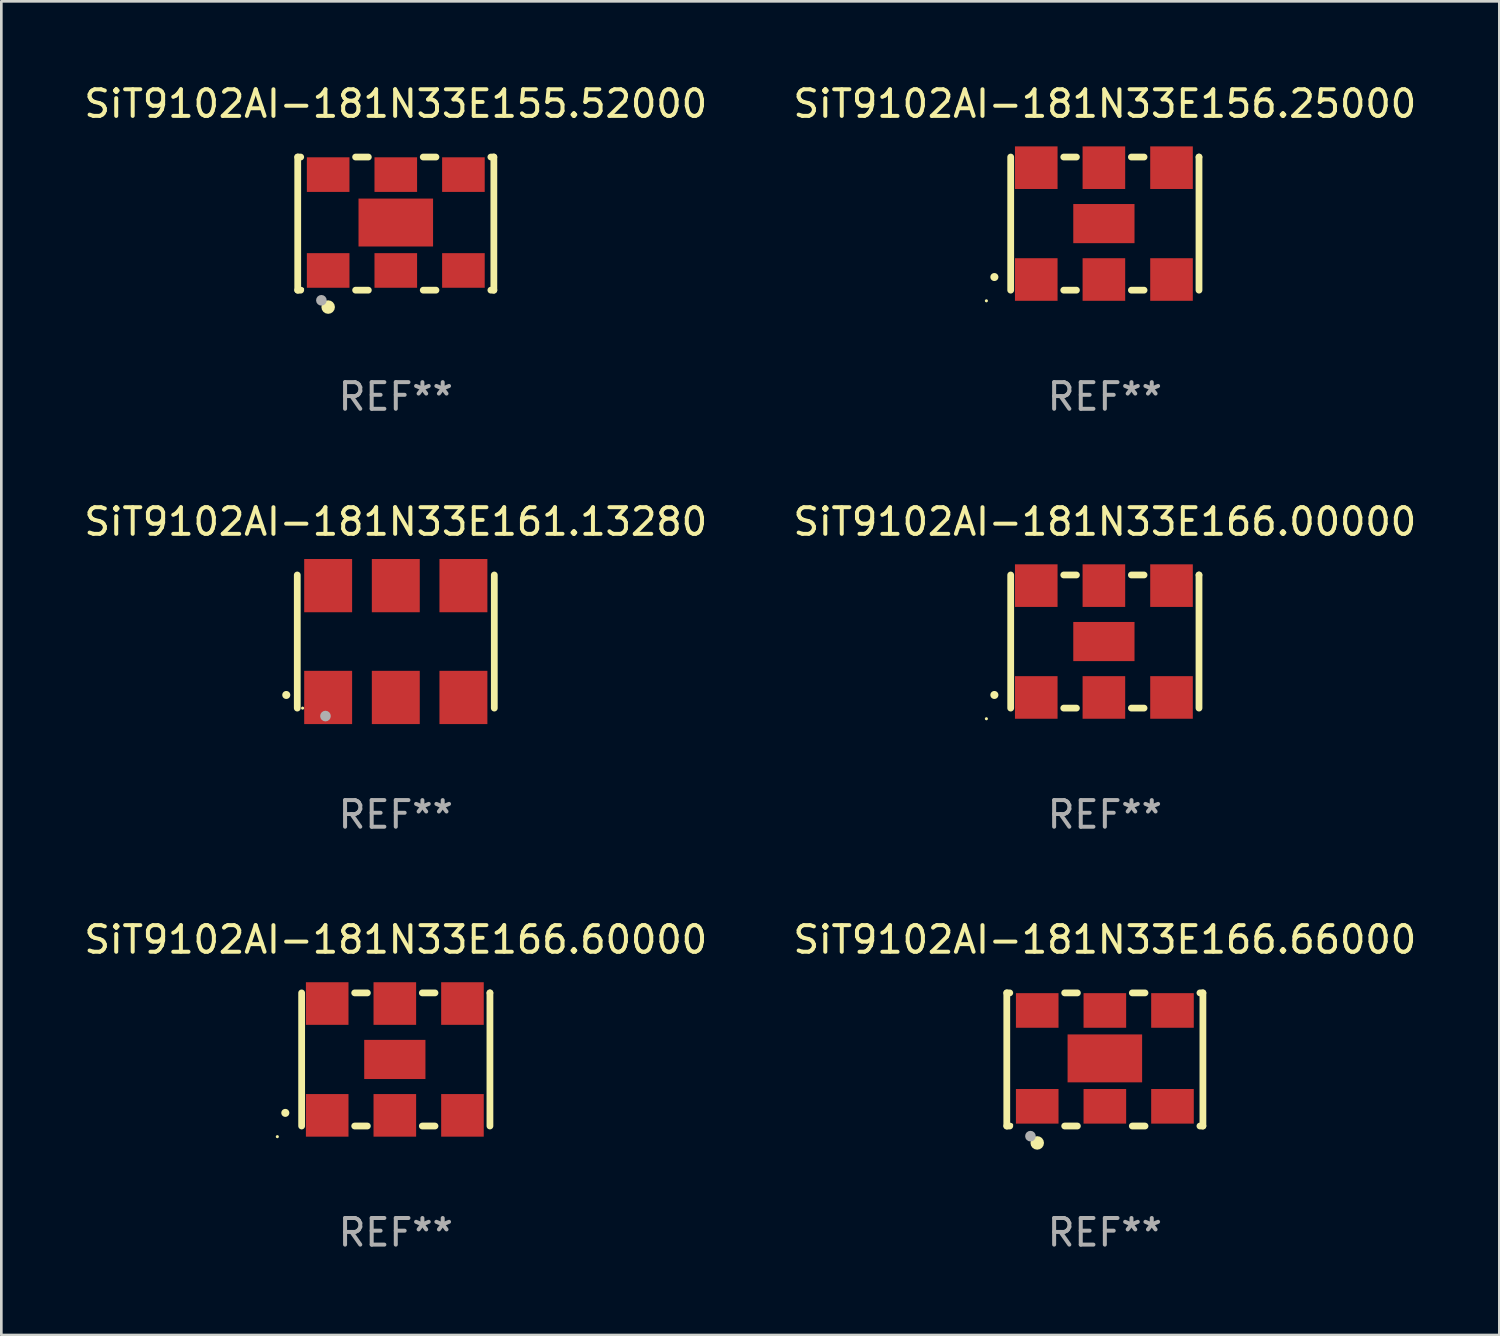
<source format=kicad_pcb>
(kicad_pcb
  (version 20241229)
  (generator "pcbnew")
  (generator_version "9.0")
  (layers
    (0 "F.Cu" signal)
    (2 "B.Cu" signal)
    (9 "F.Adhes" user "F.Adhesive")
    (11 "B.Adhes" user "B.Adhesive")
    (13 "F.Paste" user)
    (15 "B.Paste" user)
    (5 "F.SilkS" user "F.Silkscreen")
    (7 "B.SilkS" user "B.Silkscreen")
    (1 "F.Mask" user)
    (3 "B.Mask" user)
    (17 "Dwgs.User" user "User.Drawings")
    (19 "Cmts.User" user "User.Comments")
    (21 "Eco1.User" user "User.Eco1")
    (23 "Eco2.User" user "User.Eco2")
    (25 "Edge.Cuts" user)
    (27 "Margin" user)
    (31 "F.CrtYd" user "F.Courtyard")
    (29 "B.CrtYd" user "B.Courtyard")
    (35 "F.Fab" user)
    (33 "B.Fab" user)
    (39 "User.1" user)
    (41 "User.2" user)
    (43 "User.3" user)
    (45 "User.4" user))
  (footprint "SiT9102AI-181N33E161.13280"
    (layer "F.Cu")
    (at 11.815 21.045)
    (property "Reference" "SiT9102AI-181N33E161.13280" (at 0 -4.5 0) (layer "F.SilkS") (effects (font (size 1 1) (thickness 0.15))))
    (attr through_hole)
    (fp_line (start -3.7 -2.5) (end -3.7 2.5) (stroke (width 0.254) (type solid)) (layer "F.SilkS"))
    (fp_line (start 3.7 -2.5) (end 3.7 2.5) (stroke (width 0.254) (type solid)) (layer "F.SilkS"))
    (fp_arc (start -4.114415 2.006604) (mid -4.113145 2.006599) (end -4.111875 2.006604) (stroke (width 0.3) (type solid)) (layer "F.SilkS"))
    (fp_circle (center -3.5 2.501) (end -3.47 2.501) (stroke (width 0.06) (type solid)) (fill no) (layer "F.SilkS"))
    (fp_circle (center -2.641 2.799) (end -2.541 2.799) (stroke (width 0.2) (type solid)) (fill no) (layer "F.Fab"))
    (fp_text user "REF**" (at 0 6.5 0) (layer "F.Fab") (effects (font (size 1 1) (thickness 0.15))))
    (pad "1" smd rect (at -2.54 2.1) (size 1.8 2) (layers "F.Cu" "F.Mask" "F.Paste"))
    (pad "2" smd rect (at 0.000394 2.1) (size 1.8 2) (layers "F.Cu" "F.Mask" "F.Paste"))
    (pad "3" smd rect (at 2.54 2.1) (size 1.8 2) (layers "F.Cu" "F.Mask" "F.Paste"))
    (pad "4" smd rect (at 2.54 -2.1) (size 1.8 2) (layers "F.Cu" "F.Mask" "F.Paste"))
    (pad "5" smd rect (at 0.000394 -2.1) (size 1.8 2) (layers "F.Cu" "F.Mask" "F.Paste"))
    (pad "6" smd rect (at -2.54 -2.1) (size 1.8 2) (layers "F.Cu" "F.Mask" "F.Paste")))
  (footprint "SiT9102AI-181N33E166.00000"
    (layer "F.Cu")
    (at 38.446 21.045)
    (property "Reference" "SiT9102AI-181N33E166.00000" (at 0 -4.5 0) (layer "F.SilkS") (effects (font (size 1 1) (thickness 0.15))))
    (attr through_hole)
    (fp_line (start -3.536 -2.5) (end -3.536 2.5) (stroke (width 0.254) (type solid)) (layer "F.SilkS"))
    (fp_line (start -1.544 2.5) (end -1.067 2.5) (stroke (width 0.254) (type solid)) (layer "F.SilkS"))
    (fp_line (start -1.067 -2.5) (end -1.544 -2.5) (stroke (width 0.254) (type solid)) (layer "F.SilkS"))
    (fp_line (start 0.996 2.5) (end 1.473 2.5) (stroke (width 0.254) (type solid)) (layer "F.SilkS"))
    (fp_line (start 1.473 -2.5) (end 0.996 -2.5) (stroke (width 0.254) (type solid)) (layer "F.SilkS"))
    (fp_line (start 3.536 -2.5) (end 3.536 -2.5) (stroke (width 0.254) (type solid)) (layer "F.SilkS"))
    (fp_line (start 3.536 2.5) (end 3.536 -2.5) (stroke (width 0.254) (type solid)) (layer "F.SilkS"))
    (fp_arc (start -4.150432 2.006604) (mid -4.149162 2.006599) (end -4.147892 2.006604) (stroke (width 0.3) (type solid)) (layer "F.SilkS"))
    (fp_circle (center -4.449 2.9) (end -4.419 2.9) (stroke (width 0.06) (type solid)) (fill no) (layer "F.SilkS"))
    (fp_text user "REF**" (at 0 6.5 0) (layer "F.Fab") (effects (font (size 1 1) (thickness 0.15))))
    (pad "1" smd rect (at -2.576 2.1) (size 1.6 1.6) (layers "F.Cu" "F.Mask" "F.Paste"))
    (pad "2" smd rect (at -0.036 2.1) (size 1.6 1.6) (layers "F.Cu" "F.Mask" "F.Paste"))
    (pad "3" smd rect (at 2.504 2.1) (size 1.6 1.6) (layers "F.Cu" "F.Mask" "F.Paste"))
    (pad "4" smd rect (at 2.504 -2.1) (size 1.6 1.6) (layers "F.Cu" "F.Mask" "F.Paste"))
    (pad "5" smd rect (at -0.036 -2.1) (size 1.6 1.6) (layers "F.Cu" "F.Mask" "F.Paste"))
    (pad "6" smd rect (at -2.576 -2.1) (size 1.6 1.6) (layers "F.Cu" "F.Mask" "F.Paste"))
    (pad "7" smd rect (at -0.036 0) (size 2.3 1.47) (layers "F.Cu" "F.Mask" "F.Paste")))
  (footprint "SiT9102AI-181N33E155.52000"
    (layer "F.Cu")
    (at 11.815 5.348)
    (property "Reference" "SiT9102AI-181N33E155.52000" (at 0 -4.5 0) (layer "F.SilkS") (effects (font (size 1 1) (thickness 0.15))))
    (attr through_hole)
    (fp_line (start -3.683 -2.5) (end -3.571 -2.5) (stroke (width 0.254) (type solid)) (layer "F.SilkS"))
    (fp_line (start -3.683 2.5) (end -3.683 -2.5) (stroke (width 0.254) (type solid)) (layer "F.SilkS"))
    (fp_line (start -3.683 2.5) (end -3.571 2.5) (stroke (width 0.254) (type solid)) (layer "F.SilkS"))
    (fp_line (start -1.509 -2.5) (end -1.031 -2.5) (stroke (width 0.254) (type solid)) (layer "F.SilkS"))
    (fp_line (start -1.509 2.5) (end -1.031 2.5) (stroke (width 0.254) (type solid)) (layer "F.SilkS"))
    (fp_line (start 1.031 -2.5) (end 1.509 -2.5) (stroke (width 0.254) (type solid)) (layer "F.SilkS"))
    (fp_line (start 1.031 2.5) (end 1.509 2.5) (stroke (width 0.254) (type solid)) (layer "F.SilkS"))
    (fp_line (start 3.571 -2.5) (end 3.683 -2.5) (stroke (width 0.254) (type solid)) (layer "F.SilkS"))
    (fp_line (start 3.571 2.5) (end 3.683 2.5) (stroke (width 0.254) (type solid)) (layer "F.SilkS"))
    (fp_line (start 3.683 2.5) (end 3.683 -2.5) (stroke (width 0.254) (type solid)) (layer "F.SilkS"))
    (fp_circle (center -3.5 2.46) (end -3.47 2.46) (stroke (width 0.06) (type solid)) (fill no) (layer "F.SilkS"))
    (fp_circle (center -2.54 3.135) (end -2.413 3.135) (stroke (width 0.254) (type solid)) (fill no) (layer "F.SilkS"))
    (fp_circle (center -2.794 2.881) (end -2.694 2.881) (stroke (width 0.2) (type solid)) (fill no) (layer "F.Fab"))
    (fp_text user "REF**" (at 0 6.5 0) (layer "F.Fab") (effects (font (size 1 1) (thickness 0.15))))
    (pad "1" smd rect (at -2.54 1.76) (size 1.6 1.3) (layers "F.Cu" "F.Mask" "F.Paste"))
    (pad "2" smd rect (at 0 1.76) (size 1.6 1.3) (layers "F.Cu" "F.Mask" "F.Paste"))
    (pad "3" smd rect (at 2.54 1.76) (size 1.6 1.3) (layers "F.Cu" "F.Mask" "F.Paste"))
    (pad "4" smd rect (at 2.54 -1.84) (size 1.6 1.3) (layers "F.Cu" "F.Mask" "F.Paste"))
    (pad "5" smd rect (at 0 -1.84) (size 1.6 1.3) (layers "F.Cu" "F.Mask" "F.Paste"))
    (pad "6" smd rect (at -2.54 -1.84) (size 1.6 1.3) (layers "F.Cu" "F.Mask" "F.Paste"))
    (pad "7" smd rect (at 0 -0.04) (size 2.8 1.8) (layers "F.Cu" "F.Mask" "F.Paste")))
  (footprint "SiT9102AI-181N33E166.60000"
    (layer "F.Cu")
    (at 11.815 36.741)
    (property "Reference" "SiT9102AI-181N33E166.60000" (at 0 -4.5 0) (layer "F.SilkS") (effects (font (size 1 1) (thickness 0.15))))
    (attr through_hole)
    (fp_line (start -3.536 -2.5) (end -3.536 2.5) (stroke (width 0.254) (type solid)) (layer "F.SilkS"))
    (fp_line (start -1.544 2.5) (end -1.067 2.5) (stroke (width 0.254) (type solid)) (layer "F.SilkS"))
    (fp_line (start -1.067 -2.5) (end -1.544 -2.5) (stroke (width 0.254) (type solid)) (layer "F.SilkS"))
    (fp_line (start 0.996 2.5) (end 1.473 2.5) (stroke (width 0.254) (type solid)) (layer "F.SilkS"))
    (fp_line (start 1.473 -2.5) (end 0.996 -2.5) (stroke (width 0.254) (type solid)) (layer "F.SilkS"))
    (fp_line (start 3.536 -2.5) (end 3.536 -2.5) (stroke (width 0.254) (type solid)) (layer "F.SilkS"))
    (fp_line (start 3.536 2.5) (end 3.536 -2.5) (stroke (width 0.254) (type solid)) (layer "F.SilkS"))
    (fp_arc (start -4.150432 2.006604) (mid -4.149162 2.006599) (end -4.147892 2.006604) (stroke (width 0.3) (type solid)) (layer "F.SilkS"))
    (fp_circle (center -4.449 2.9) (end -4.419 2.9) (stroke (width 0.06) (type solid)) (fill no) (layer "F.SilkS"))
    (fp_text user "REF**" (at 0 6.5 0) (layer "F.Fab") (effects (font (size 1 1) (thickness 0.15))))
    (pad "1" smd rect (at -2.576 2.1) (size 1.6 1.6) (layers "F.Cu" "F.Mask" "F.Paste"))
    (pad "2" smd rect (at -0.036 2.1) (size 1.6 1.6) (layers "F.Cu" "F.Mask" "F.Paste"))
    (pad "3" smd rect (at 2.504 2.1) (size 1.6 1.6) (layers "F.Cu" "F.Mask" "F.Paste"))
    (pad "4" smd rect (at 2.504 -2.1) (size 1.6 1.6) (layers "F.Cu" "F.Mask" "F.Paste"))
    (pad "5" smd rect (at -0.036 -2.1) (size 1.6 1.6) (layers "F.Cu" "F.Mask" "F.Paste"))
    (pad "6" smd rect (at -2.576 -2.1) (size 1.6 1.6) (layers "F.Cu" "F.Mask" "F.Paste"))
    (pad "7" smd rect (at -0.036 0) (size 2.3 1.47) (layers "F.Cu" "F.Mask" "F.Paste")))
  (footprint "SiT9102AI-181N33E156.25000"
    (layer "F.Cu")
    (at 38.446 5.348)
    (property "Reference" "SiT9102AI-181N33E156.25000" (at 0 -4.5 0) (layer "F.SilkS") (effects (font (size 1 1) (thickness 0.15))))
    (attr through_hole)
    (fp_line (start -3.536 -2.5) (end -3.536 2.5) (stroke (width 0.254) (type solid)) (layer "F.SilkS"))
    (fp_line (start -1.544 2.5) (end -1.067 2.5) (stroke (width 0.254) (type solid)) (layer "F.SilkS"))
    (fp_line (start -1.067 -2.5) (end -1.544 -2.5) (stroke (width 0.254) (type solid)) (layer "F.SilkS"))
    (fp_line (start 0.996 2.5) (end 1.473 2.5) (stroke (width 0.254) (type solid)) (layer "F.SilkS"))
    (fp_line (start 1.473 -2.5) (end 0.996 -2.5) (stroke (width 0.254) (type solid)) (layer "F.SilkS"))
    (fp_line (start 3.536 -2.5) (end 3.536 -2.5) (stroke (width 0.254) (type solid)) (layer "F.SilkS"))
    (fp_line (start 3.536 2.5) (end 3.536 -2.5) (stroke (width 0.254) (type solid)) (layer "F.SilkS"))
    (fp_arc (start -4.150432 2.006604) (mid -4.149162 2.006599) (end -4.147892 2.006604) (stroke (width 0.3) (type solid)) (layer "F.SilkS"))
    (fp_circle (center -4.449 2.9) (end -4.419 2.9) (stroke (width 0.06) (type solid)) (fill no) (layer "F.SilkS"))
    (fp_text user "REF**" (at 0 6.5 0) (layer "F.Fab") (effects (font (size 1 1) (thickness 0.15))))
    (pad "1" smd rect (at -2.576 2.1) (size 1.6 1.6) (layers "F.Cu" "F.Mask" "F.Paste"))
    (pad "2" smd rect (at -0.036 2.1) (size 1.6 1.6) (layers "F.Cu" "F.Mask" "F.Paste"))
    (pad "3" smd rect (at 2.504 2.1) (size 1.6 1.6) (layers "F.Cu" "F.Mask" "F.Paste"))
    (pad "4" smd rect (at 2.504 -2.1) (size 1.6 1.6) (layers "F.Cu" "F.Mask" "F.Paste"))
    (pad "5" smd rect (at -0.036 -2.1) (size 1.6 1.6) (layers "F.Cu" "F.Mask" "F.Paste"))
    (pad "6" smd rect (at -2.576 -2.1) (size 1.6 1.6) (layers "F.Cu" "F.Mask" "F.Paste"))
    (pad "7" smd rect (at -0.036 0) (size 2.3 1.47) (layers "F.Cu" "F.Mask" "F.Paste")))
  (footprint "SiT9102AI-181N33E166.66000"
    (layer "F.Cu")
    (at 38.446 36.741)
    (property "Reference" "SiT9102AI-181N33E166.66000" (at 0 -4.5 0) (layer "F.SilkS") (effects (font (size 1 1) (thickness 0.15))))
    (attr through_hole)
    (fp_line (start -3.683 -2.5) (end -3.571 -2.5) (stroke (width 0.254) (type solid)) (layer "F.SilkS"))
    (fp_line (start -3.683 2.5) (end -3.683 -2.5) (stroke (width 0.254) (type solid)) (layer "F.SilkS"))
    (fp_line (start -3.683 2.5) (end -3.571 2.5) (stroke (width 0.254) (type solid)) (layer "F.SilkS"))
    (fp_line (start -1.509 -2.5) (end -1.031 -2.5) (stroke (width 0.254) (type solid)) (layer "F.SilkS"))
    (fp_line (start -1.509 2.5) (end -1.031 2.5) (stroke (width 0.254) (type solid)) (layer "F.SilkS"))
    (fp_line (start 1.031 -2.5) (end 1.509 -2.5) (stroke (width 0.254) (type solid)) (layer "F.SilkS"))
    (fp_line (start 1.031 2.5) (end 1.509 2.5) (stroke (width 0.254) (type solid)) (layer "F.SilkS"))
    (fp_line (start 3.571 -2.5) (end 3.683 -2.5) (stroke (width 0.254) (type solid)) (layer "F.SilkS"))
    (fp_line (start 3.571 2.5) (end 3.683 2.5) (stroke (width 0.254) (type solid)) (layer "F.SilkS"))
    (fp_line (start 3.683 2.5) (end 3.683 -2.5) (stroke (width 0.254) (type solid)) (layer "F.SilkS"))
    (fp_circle (center -3.5 2.46) (end -3.47 2.46) (stroke (width 0.06) (type solid)) (fill no) (layer "F.SilkS"))
    (fp_circle (center -2.54 3.135) (end -2.413 3.135) (stroke (width 0.254) (type solid)) (fill no) (layer "F.SilkS"))
    (fp_circle (center -2.794 2.881) (end -2.694 2.881) (stroke (width 0.2) (type solid)) (fill no) (layer "F.Fab"))
    (fp_text user "REF**" (at 0 6.5 0) (layer "F.Fab") (effects (font (size 1 1) (thickness 0.15))))
    (pad "1" smd rect (at -2.54 1.76) (size 1.6 1.3) (layers "F.Cu" "F.Mask" "F.Paste"))
    (pad "2" smd rect (at 0 1.76) (size 1.6 1.3) (layers "F.Cu" "F.Mask" "F.Paste"))
    (pad "3" smd rect (at 2.54 1.76) (size 1.6 1.3) (layers "F.Cu" "F.Mask" "F.Paste"))
    (pad "4" smd rect (at 2.54 -1.84) (size 1.6 1.3) (layers "F.Cu" "F.Mask" "F.Paste"))
    (pad "5" smd rect (at 0 -1.84) (size 1.6 1.3) (layers "F.Cu" "F.Mask" "F.Paste"))
    (pad "6" smd rect (at -2.54 -1.84) (size 1.6 1.3) (layers "F.Cu" "F.Mask" "F.Paste"))
    (pad "7" smd rect (at 0 -0.04) (size 2.8 1.8) (layers "F.Cu" "F.Mask" "F.Paste")))
  (gr_rect
    (start -3 -3)
    (end 53.262 47.09)
    (stroke (width 0.1) (type default))
    (fill no)
    (layer "Edge.Cuts")))
</source>
